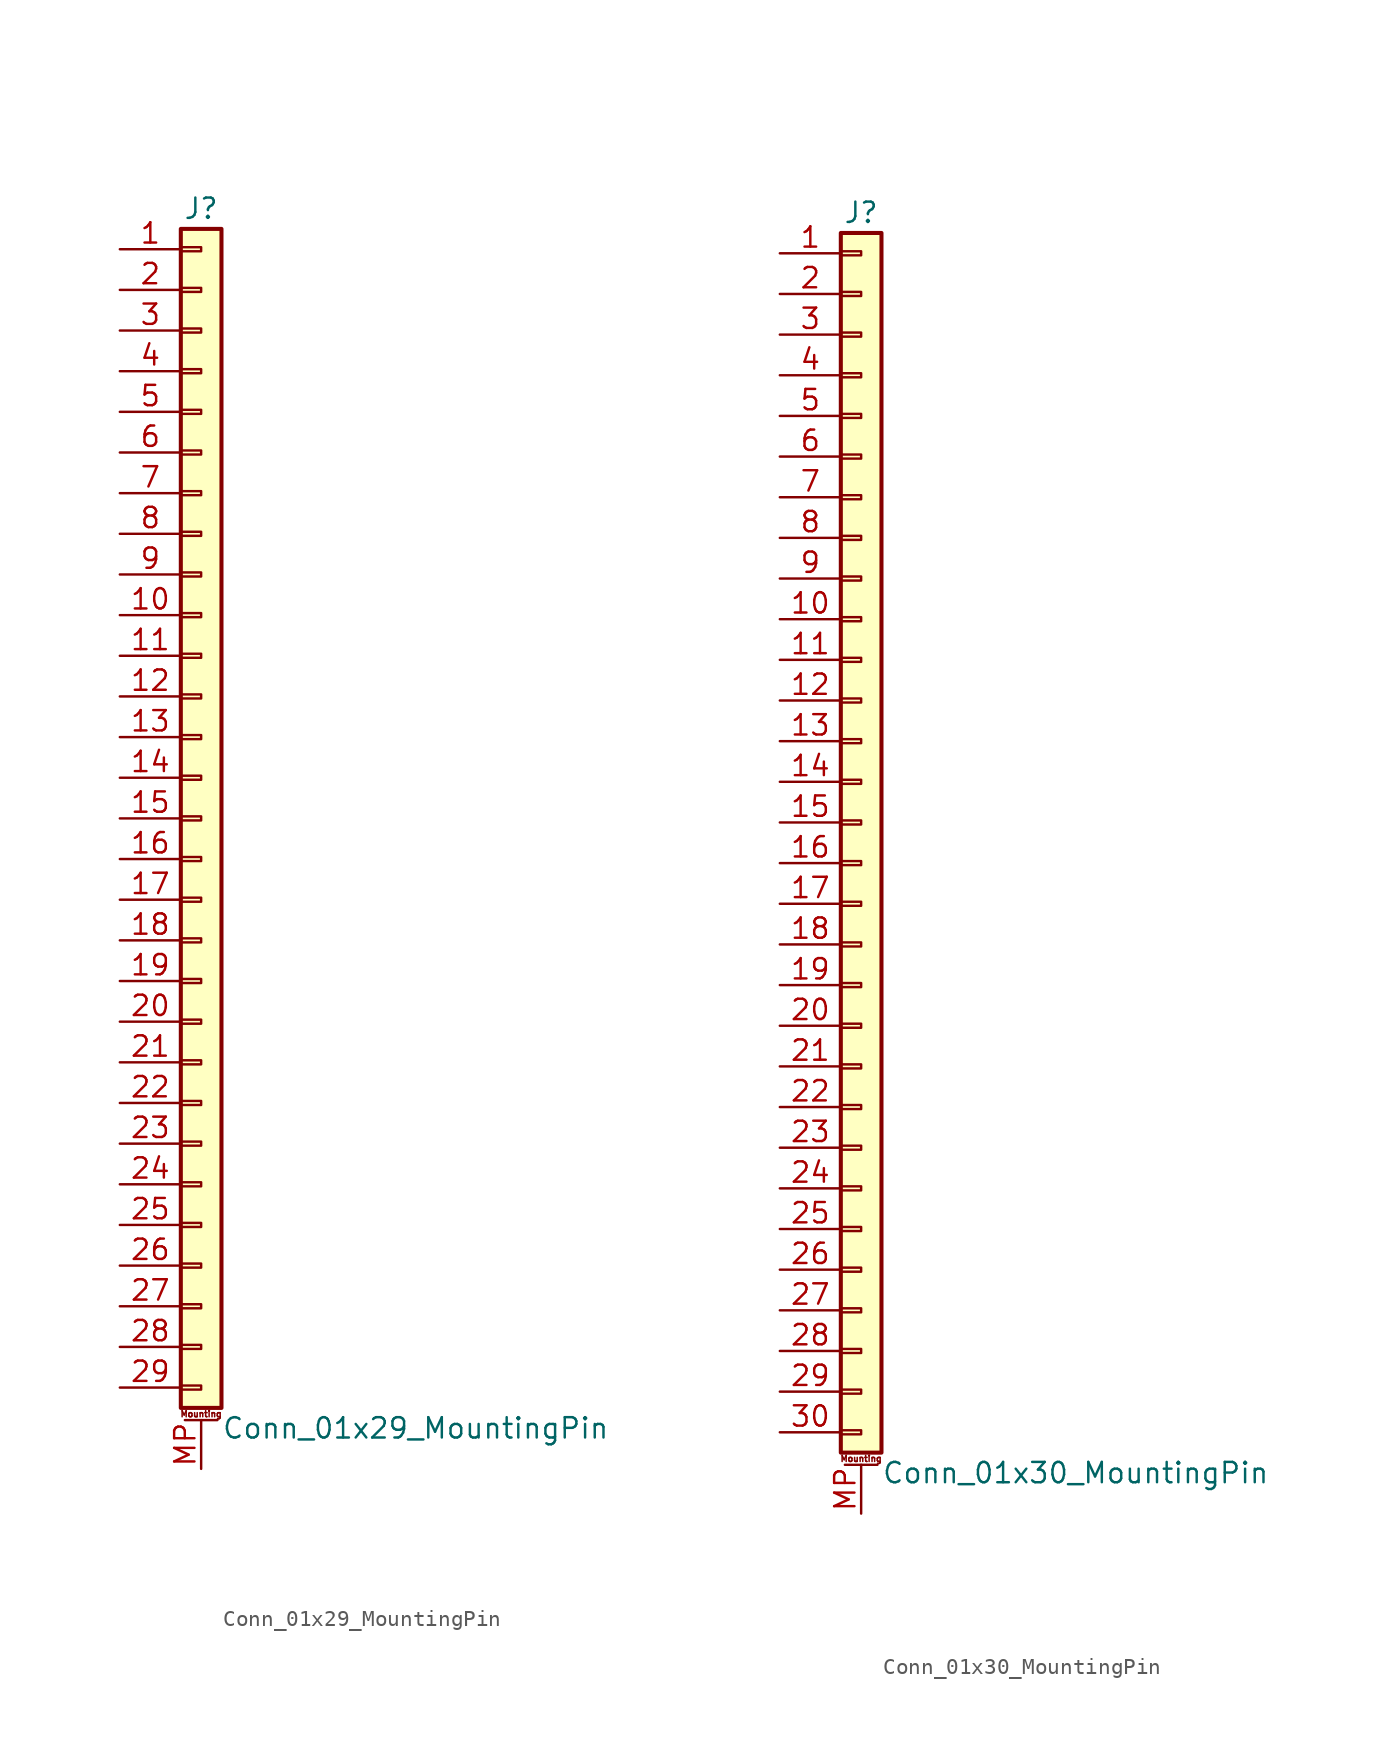
<source format=kicad_sym>
(kicad_symbol_lib
  (version 20220914)
  (generator kicad_symbol_editor)
  (symbol "Conn_01x29_MountingPin"
    (pin_names
      (offset 1.016) hide)
    (property "Reference" "J"
      (at 0 38.1 0)
      (effects (font (size 1.27 1.27))))
    (property "Value" "Conn_01x29_MountingPin"
      (at 1.27 -38.1 0)
      (effects (font (size 1.27 1.27)) (justify left)))
    (symbol "Conn_01x29_MountingPin_1_1"
      (rectangle (start -1.27 -35.433) (end 0 -35.687) (stroke (width 0.152) (type default)) (fill (type none)))
      (rectangle (start -1.27 -32.893) (end 0 -33.147) (stroke (width 0.152) (type default)) (fill (type none)))
      (rectangle (start -1.27 -30.353) (end 0 -30.607) (stroke (width 0.152) (type default)) (fill (type none)))
      (rectangle (start -1.27 -27.813) (end 0 -28.067) (stroke (width 0.152) (type default)) (fill (type none)))
      (rectangle (start -1.27 -25.273) (end 0 -25.527) (stroke (width 0.152) (type default)) (fill (type none)))
      (rectangle (start -1.27 -22.733) (end 0 -22.987) (stroke (width 0.152) (type default)) (fill (type none)))
      (rectangle (start -1.27 -20.193) (end 0 -20.447) (stroke (width 0.152) (type default)) (fill (type none)))
      (rectangle (start -1.27 -17.653) (end 0 -17.907) (stroke (width 0.152) (type default)) (fill (type none)))
      (rectangle (start -1.27 -15.113) (end 0 -15.367) (stroke (width 0.152) (type default)) (fill (type none)))
      (rectangle (start -1.27 -12.573) (end 0 -12.827) (stroke (width 0.152) (type default)) (fill (type none)))
      (rectangle (start -1.27 -10.033) (end 0 -10.287) (stroke (width 0.152) (type default)) (fill (type none)))
      (rectangle (start -1.27 -7.493) (end 0 -7.747) (stroke (width 0.152) (type default)) (fill (type none)))
      (rectangle (start -1.27 -4.953) (end 0 -5.207) (stroke (width 0.152) (type default)) (fill (type none)))
      (rectangle (start -1.27 -2.413) (end 0 -2.667) (stroke (width 0.152) (type default)) (fill (type none)))
      (rectangle (start -1.27 0.127) (end 0 -0.127) (stroke (width 0.152) (type default)) (fill (type none)))
      (rectangle (start -1.27 2.667) (end 0 2.413) (stroke (width 0.152) (type default)) (fill (type none)))
      (rectangle (start -1.27 5.207) (end 0 4.953) (stroke (width 0.152) (type default)) (fill (type none)))
      (rectangle (start -1.27 7.747) (end 0 7.493) (stroke (width 0.152) (type default)) (fill (type none)))
      (rectangle (start -1.27 10.287) (end 0 10.033) (stroke (width 0.152) (type default)) (fill (type none)))
      (rectangle (start -1.27 12.827) (end 0 12.573) (stroke (width 0.152) (type default)) (fill (type none)))
      (rectangle (start -1.27 15.367) (end 0 15.113) (stroke (width 0.152) (type default)) (fill (type none)))
      (rectangle (start -1.27 17.907) (end 0 17.653) (stroke (width 0.152) (type default)) (fill (type none)))
      (rectangle (start -1.27 20.447) (end 0 20.193) (stroke (width 0.152) (type default)) (fill (type none)))
      (rectangle (start -1.27 22.987) (end 0 22.733) (stroke (width 0.152) (type default)) (fill (type none)))
      (rectangle (start -1.27 25.527) (end 0 25.273) (stroke (width 0.152) (type default)) (fill (type none)))
      (rectangle (start -1.27 28.067) (end 0 27.813) (stroke (width 0.152) (type default)) (fill (type none)))
      (rectangle (start -1.27 30.607) (end 0 30.353) (stroke (width 0.152) (type default)) (fill (type none)))
      (rectangle (start -1.27 33.147) (end 0 32.893) (stroke (width 0.152) (type default)) (fill (type none)))
      (rectangle (start -1.27 35.687) (end 0 35.433) (stroke (width 0.152) (type default)) (fill (type none)))
      (rectangle (start -1.27 36.83) (end 1.27 -36.83) (stroke (width 0.254) (type default)) (fill (type background)))
      (polyline (pts (xy -1.016 -37.592) (xy 1.016 -37.592)) (stroke (width 0.152) (type default)) (fill (type none)))
      (text "Mounting" (at 0 -37.211 0) (effects (font (size 0.381 0.381))))
      (pin passive line (at -5.08 35.56 0) (length 3.81) (name "Pin_1" (effects (font (size 1.27 1.27)))) (number "1" (effects (font (size 1.27 1.27)))))
      (pin passive line (at -5.08 12.7 0) (length 3.81) (name "Pin_10" (effects (font (size 1.27 1.27)))) (number "10" (effects (font (size 1.27 1.27)))))
      (pin passive line (at -5.08 10.16 0) (length 3.81) (name "Pin_11" (effects (font (size 1.27 1.27)))) (number "11" (effects (font (size 1.27 1.27)))))
      (pin passive line (at -5.08 7.62 0) (length 3.81) (name "Pin_12" (effects (font (size 1.27 1.27)))) (number "12" (effects (font (size 1.27 1.27)))))
      (pin passive line (at -5.08 5.08 0) (length 3.81) (name "Pin_13" (effects (font (size 1.27 1.27)))) (number "13" (effects (font (size 1.27 1.27)))))
      (pin passive line (at -5.08 2.54 0) (length 3.81) (name "Pin_14" (effects (font (size 1.27 1.27)))) (number "14" (effects (font (size 1.27 1.27)))))
      (pin passive line (at -5.08 0 0) (length 3.81) (name "Pin_15" (effects (font (size 1.27 1.27)))) (number "15" (effects (font (size 1.27 1.27)))))
      (pin passive line (at -5.08 -2.54 0) (length 3.81) (name "Pin_16" (effects (font (size 1.27 1.27)))) (number "16" (effects (font (size 1.27 1.27)))))
      (pin passive line (at -5.08 -5.08 0) (length 3.81) (name "Pin_17" (effects (font (size 1.27 1.27)))) (number "17" (effects (font (size 1.27 1.27)))))
      (pin passive line (at -5.08 -7.62 0) (length 3.81) (name "Pin_18" (effects (font (size 1.27 1.27)))) (number "18" (effects (font (size 1.27 1.27)))))
      (pin passive line (at -5.08 -10.16 0) (length 3.81) (name "Pin_19" (effects (font (size 1.27 1.27)))) (number "19" (effects (font (size 1.27 1.27)))))
      (pin passive line (at -5.08 33.02 0) (length 3.81) (name "Pin_2" (effects (font (size 1.27 1.27)))) (number "2" (effects (font (size 1.27 1.27)))))
      (pin passive line (at -5.08 -12.7 0) (length 3.81) (name "Pin_20" (effects (font (size 1.27 1.27)))) (number "20" (effects (font (size 1.27 1.27)))))
      (pin passive line (at -5.08 -15.24 0) (length 3.81) (name "Pin_21" (effects (font (size 1.27 1.27)))) (number "21" (effects (font (size 1.27 1.27)))))
      (pin passive line (at -5.08 -17.78 0) (length 3.81) (name "Pin_22" (effects (font (size 1.27 1.27)))) (number "22" (effects (font (size 1.27 1.27)))))
      (pin passive line (at -5.08 -20.32 0) (length 3.81) (name "Pin_23" (effects (font (size 1.27 1.27)))) (number "23" (effects (font (size 1.27 1.27)))))
      (pin passive line (at -5.08 -22.86 0) (length 3.81) (name "Pin_24" (effects (font (size 1.27 1.27)))) (number "24" (effects (font (size 1.27 1.27)))))
      (pin passive line (at -5.08 -25.4 0) (length 3.81) (name "Pin_25" (effects (font (size 1.27 1.27)))) (number "25" (effects (font (size 1.27 1.27)))))
      (pin passive line (at -5.08 -27.94 0) (length 3.81) (name "Pin_26" (effects (font (size 1.27 1.27)))) (number "26" (effects (font (size 1.27 1.27)))))
      (pin passive line (at -5.08 -30.48 0) (length 3.81) (name "Pin_27" (effects (font (size 1.27 1.27)))) (number "27" (effects (font (size 1.27 1.27)))))
      (pin passive line (at -5.08 -33.02 0) (length 3.81) (name "Pin_28" (effects (font (size 1.27 1.27)))) (number "28" (effects (font (size 1.27 1.27)))))
      (pin passive line (at -5.08 -35.56 0) (length 3.81) (name "Pin_29" (effects (font (size 1.27 1.27)))) (number "29" (effects (font (size 1.27 1.27)))))
      (pin passive line (at -5.08 30.48 0) (length 3.81) (name "Pin_3" (effects (font (size 1.27 1.27)))) (number "3" (effects (font (size 1.27 1.27)))))
      (pin passive line (at -5.08 27.94 0) (length 3.81) (name "Pin_4" (effects (font (size 1.27 1.27)))) (number "4" (effects (font (size 1.27 1.27)))))
      (pin passive line (at -5.08 25.4 0) (length 3.81) (name "Pin_5" (effects (font (size 1.27 1.27)))) (number "5" (effects (font (size 1.27 1.27)))))
      (pin passive line (at -5.08 22.86 0) (length 3.81) (name "Pin_6" (effects (font (size 1.27 1.27)))) (number "6" (effects (font (size 1.27 1.27)))))
      (pin passive line (at -5.08 20.32 0) (length 3.81) (name "Pin_7" (effects (font (size 1.27 1.27)))) (number "7" (effects (font (size 1.27 1.27)))))
      (pin passive line (at -5.08 17.78 0) (length 3.81) (name "Pin_8" (effects (font (size 1.27 1.27)))) (number "8" (effects (font (size 1.27 1.27)))))
      (pin passive line (at -5.08 15.24 0) (length 3.81) (name "Pin_9" (effects (font (size 1.27 1.27)))) (number "9" (effects (font (size 1.27 1.27)))))
      (pin passive line (at 0 -40.64 90) (length 3.048) (name "MountPin" (effects (font (size 1.27 1.27)))) (number "MP" (effects (font (size 1.27 1.27)))))))
  (symbol "Conn_01x30_MountingPin"
    (pin_names
      (offset 1.016) hide)
    (property "Reference" "J"
      (at 0 38.1 0)
      (effects (font (size 1.27 1.27))))
    (property "Value" "Conn_01x30_MountingPin"
      (at 1.27 -40.64 0)
      (effects (font (size 1.27 1.27)) (justify left)))
    (symbol "Conn_01x30_MountingPin_1_1"
      (rectangle (start -1.27 -37.973) (end 0 -38.227) (stroke (width 0.152) (type default)) (fill (type none)))
      (rectangle (start -1.27 -35.433) (end 0 -35.687) (stroke (width 0.152) (type default)) (fill (type none)))
      (rectangle (start -1.27 -32.893) (end 0 -33.147) (stroke (width 0.152) (type default)) (fill (type none)))
      (rectangle (start -1.27 -30.353) (end 0 -30.607) (stroke (width 0.152) (type default)) (fill (type none)))
      (rectangle (start -1.27 -27.813) (end 0 -28.067) (stroke (width 0.152) (type default)) (fill (type none)))
      (rectangle (start -1.27 -25.273) (end 0 -25.527) (stroke (width 0.152) (type default)) (fill (type none)))
      (rectangle (start -1.27 -22.733) (end 0 -22.987) (stroke (width 0.152) (type default)) (fill (type none)))
      (rectangle (start -1.27 -20.193) (end 0 -20.447) (stroke (width 0.152) (type default)) (fill (type none)))
      (rectangle (start -1.27 -17.653) (end 0 -17.907) (stroke (width 0.152) (type default)) (fill (type none)))
      (rectangle (start -1.27 -15.113) (end 0 -15.367) (stroke (width 0.152) (type default)) (fill (type none)))
      (rectangle (start -1.27 -12.573) (end 0 -12.827) (stroke (width 0.152) (type default)) (fill (type none)))
      (rectangle (start -1.27 -10.033) (end 0 -10.287) (stroke (width 0.152) (type default)) (fill (type none)))
      (rectangle (start -1.27 -7.493) (end 0 -7.747) (stroke (width 0.152) (type default)) (fill (type none)))
      (rectangle (start -1.27 -4.953) (end 0 -5.207) (stroke (width 0.152) (type default)) (fill (type none)))
      (rectangle (start -1.27 -2.413) (end 0 -2.667) (stroke (width 0.152) (type default)) (fill (type none)))
      (rectangle (start -1.27 0.127) (end 0 -0.127) (stroke (width 0.152) (type default)) (fill (type none)))
      (rectangle (start -1.27 2.667) (end 0 2.413) (stroke (width 0.152) (type default)) (fill (type none)))
      (rectangle (start -1.27 5.207) (end 0 4.953) (stroke (width 0.152) (type default)) (fill (type none)))
      (rectangle (start -1.27 7.747) (end 0 7.493) (stroke (width 0.152) (type default)) (fill (type none)))
      (rectangle (start -1.27 10.287) (end 0 10.033) (stroke (width 0.152) (type default)) (fill (type none)))
      (rectangle (start -1.27 12.827) (end 0 12.573) (stroke (width 0.152) (type default)) (fill (type none)))
      (rectangle (start -1.27 15.367) (end 0 15.113) (stroke (width 0.152) (type default)) (fill (type none)))
      (rectangle (start -1.27 17.907) (end 0 17.653) (stroke (width 0.152) (type default)) (fill (type none)))
      (rectangle (start -1.27 20.447) (end 0 20.193) (stroke (width 0.152) (type default)) (fill (type none)))
      (rectangle (start -1.27 22.987) (end 0 22.733) (stroke (width 0.152) (type default)) (fill (type none)))
      (rectangle (start -1.27 25.527) (end 0 25.273) (stroke (width 0.152) (type default)) (fill (type none)))
      (rectangle (start -1.27 28.067) (end 0 27.813) (stroke (width 0.152) (type default)) (fill (type none)))
      (rectangle (start -1.27 30.607) (end 0 30.353) (stroke (width 0.152) (type default)) (fill (type none)))
      (rectangle (start -1.27 33.147) (end 0 32.893) (stroke (width 0.152) (type default)) (fill (type none)))
      (rectangle (start -1.27 35.687) (end 0 35.433) (stroke (width 0.152) (type default)) (fill (type none)))
      (rectangle (start -1.27 36.83) (end 1.27 -39.37) (stroke (width 0.254) (type default)) (fill (type background)))
      (polyline (pts (xy -1.016 -40.132) (xy 1.016 -40.132)) (stroke (width 0.152) (type default)) (fill (type none)))
      (text "Mounting" (at 0 -39.751 0) (effects (font (size 0.381 0.381))))
      (pin passive line (at -5.08 35.56 0) (length 3.81) (name "Pin_1" (effects (font (size 1.27 1.27)))) (number "1" (effects (font (size 1.27 1.27)))))
      (pin passive line (at -5.08 12.7 0) (length 3.81) (name "Pin_10" (effects (font (size 1.27 1.27)))) (number "10" (effects (font (size 1.27 1.27)))))
      (pin passive line (at -5.08 10.16 0) (length 3.81) (name "Pin_11" (effects (font (size 1.27 1.27)))) (number "11" (effects (font (size 1.27 1.27)))))
      (pin passive line (at -5.08 7.62 0) (length 3.81) (name "Pin_12" (effects (font (size 1.27 1.27)))) (number "12" (effects (font (size 1.27 1.27)))))
      (pin passive line (at -5.08 5.08 0) (length 3.81) (name "Pin_13" (effects (font (size 1.27 1.27)))) (number "13" (effects (font (size 1.27 1.27)))))
      (pin passive line (at -5.08 2.54 0) (length 3.81) (name "Pin_14" (effects (font (size 1.27 1.27)))) (number "14" (effects (font (size 1.27 1.27)))))
      (pin passive line (at -5.08 0 0) (length 3.81) (name "Pin_15" (effects (font (size 1.27 1.27)))) (number "15" (effects (font (size 1.27 1.27)))))
      (pin passive line (at -5.08 -2.54 0) (length 3.81) (name "Pin_16" (effects (font (size 1.27 1.27)))) (number "16" (effects (font (size 1.27 1.27)))))
      (pin passive line (at -5.08 -5.08 0) (length 3.81) (name "Pin_17" (effects (font (size 1.27 1.27)))) (number "17" (effects (font (size 1.27 1.27)))))
      (pin passive line (at -5.08 -7.62 0) (length 3.81) (name "Pin_18" (effects (font (size 1.27 1.27)))) (number "18" (effects (font (size 1.27 1.27)))))
      (pin passive line (at -5.08 -10.16 0) (length 3.81) (name "Pin_19" (effects (font (size 1.27 1.27)))) (number "19" (effects (font (size 1.27 1.27)))))
      (pin passive line (at -5.08 33.02 0) (length 3.81) (name "Pin_2" (effects (font (size 1.27 1.27)))) (number "2" (effects (font (size 1.27 1.27)))))
      (pin passive line (at -5.08 -12.7 0) (length 3.81) (name "Pin_20" (effects (font (size 1.27 1.27)))) (number "20" (effects (font (size 1.27 1.27)))))
      (pin passive line (at -5.08 -15.24 0) (length 3.81) (name "Pin_21" (effects (font (size 1.27 1.27)))) (number "21" (effects (font (size 1.27 1.27)))))
      (pin passive line (at -5.08 -17.78 0) (length 3.81) (name "Pin_22" (effects (font (size 1.27 1.27)))) (number "22" (effects (font (size 1.27 1.27)))))
      (pin passive line (at -5.08 -20.32 0) (length 3.81) (name "Pin_23" (effects (font (size 1.27 1.27)))) (number "23" (effects (font (size 1.27 1.27)))))
      (pin passive line (at -5.08 -22.86 0) (length 3.81) (name "Pin_24" (effects (font (size 1.27 1.27)))) (number "24" (effects (font (size 1.27 1.27)))))
      (pin passive line (at -5.08 -25.4 0) (length 3.81) (name "Pin_25" (effects (font (size 1.27 1.27)))) (number "25" (effects (font (size 1.27 1.27)))))
      (pin passive line (at -5.08 -27.94 0) (length 3.81) (name "Pin_26" (effects (font (size 1.27 1.27)))) (number "26" (effects (font (size 1.27 1.27)))))
      (pin passive line (at -5.08 -30.48 0) (length 3.81) (name "Pin_27" (effects (font (size 1.27 1.27)))) (number "27" (effects (font (size 1.27 1.27)))))
      (pin passive line (at -5.08 -33.02 0) (length 3.81) (name "Pin_28" (effects (font (size 1.27 1.27)))) (number "28" (effects (font (size 1.27 1.27)))))
      (pin passive line (at -5.08 -35.56 0) (length 3.81) (name "Pin_29" (effects (font (size 1.27 1.27)))) (number "29" (effects (font (size 1.27 1.27)))))
      (pin passive line (at -5.08 30.48 0) (length 3.81) (name "Pin_3" (effects (font (size 1.27 1.27)))) (number "3" (effects (font (size 1.27 1.27)))))
      (pin passive line (at -5.08 -38.1 0) (length 3.81) (name "Pin_30" (effects (font (size 1.27 1.27)))) (number "30" (effects (font (size 1.27 1.27)))))
      (pin passive line (at -5.08 27.94 0) (length 3.81) (name "Pin_4" (effects (font (size 1.27 1.27)))) (number "4" (effects (font (size 1.27 1.27)))))
      (pin passive line (at -5.08 25.4 0) (length 3.81) (name "Pin_5" (effects (font (size 1.27 1.27)))) (number "5" (effects (font (size 1.27 1.27)))))
      (pin passive line (at -5.08 22.86 0) (length 3.81) (name "Pin_6" (effects (font (size 1.27 1.27)))) (number "6" (effects (font (size 1.27 1.27)))))
      (pin passive line (at -5.08 20.32 0) (length 3.81) (name "Pin_7" (effects (font (size 1.27 1.27)))) (number "7" (effects (font (size 1.27 1.27)))))
      (pin passive line (at -5.08 17.78 0) (length 3.81) (name "Pin_8" (effects (font (size 1.27 1.27)))) (number "8" (effects (font (size 1.27 1.27)))))
      (pin passive line (at -5.08 15.24 0) (length 3.81) (name "Pin_9" (effects (font (size 1.27 1.27)))) (number "9" (effects (font (size 1.27 1.27)))))
      (pin passive line (at 0 -43.18 90) (length 3.048) (name "MountPin" (effects (font (size 1.27 1.27)))) (number "MP" (effects (font (size 1.27 1.27))))))))
</source>
